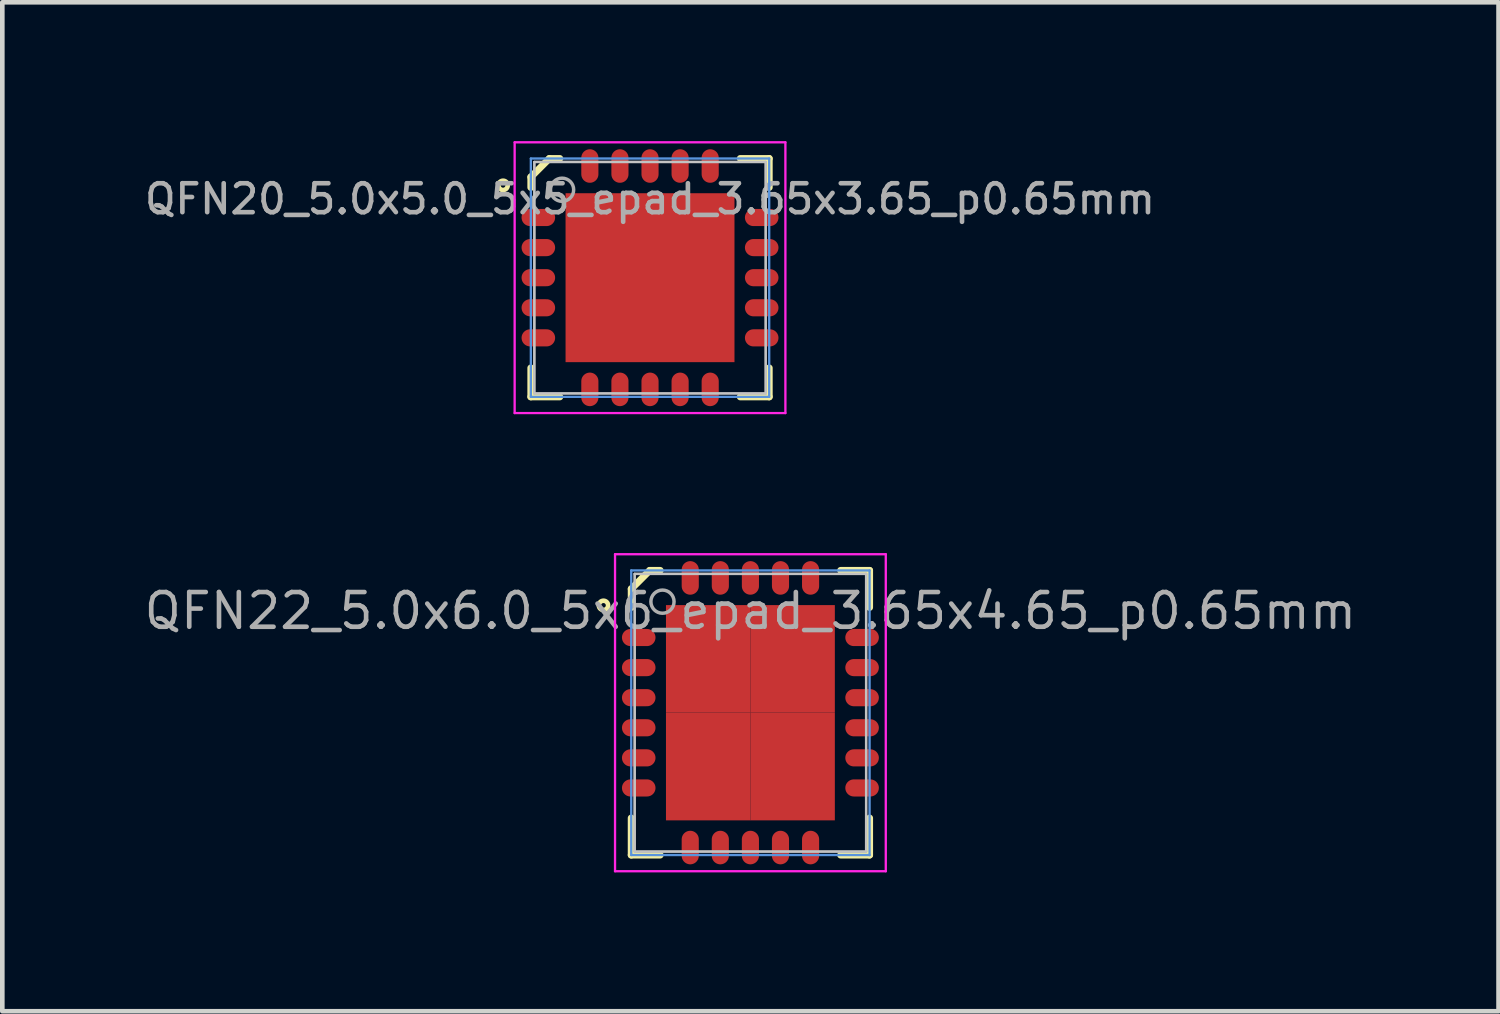
<source format=kicad_pcb>
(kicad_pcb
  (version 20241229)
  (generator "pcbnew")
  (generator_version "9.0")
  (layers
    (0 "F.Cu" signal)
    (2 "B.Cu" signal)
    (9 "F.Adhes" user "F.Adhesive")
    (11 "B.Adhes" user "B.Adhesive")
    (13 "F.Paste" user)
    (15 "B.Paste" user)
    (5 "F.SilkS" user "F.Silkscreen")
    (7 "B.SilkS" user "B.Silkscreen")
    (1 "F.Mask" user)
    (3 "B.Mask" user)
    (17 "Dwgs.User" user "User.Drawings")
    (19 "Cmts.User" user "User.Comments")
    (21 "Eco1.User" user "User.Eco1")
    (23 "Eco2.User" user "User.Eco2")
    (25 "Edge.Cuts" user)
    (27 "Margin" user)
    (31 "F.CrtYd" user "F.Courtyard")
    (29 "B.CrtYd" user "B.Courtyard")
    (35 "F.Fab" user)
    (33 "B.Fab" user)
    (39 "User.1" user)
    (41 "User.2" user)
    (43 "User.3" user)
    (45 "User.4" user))
  (footprint "QFN22_5.0x6.0_5x6_epad_3.65x4.65_p0.65mm"
    (layer "F.Cu")
    (at 13.164 12.35)
    (property "Reference" "QFN22_5.0x6.0_5x6_epad_3.65x4.65_p0.65mm" (at 0 -2.2 0) (layer "F.Fab") (effects (font (size 0.75 0.75) (thickness 0.1))))
    (attr through_hole)
    (fp_line (start -2.575 -2.675) (end -2.575 -2.275) (stroke (width 0.15) (type solid)) (layer "F.SilkS"))
    (fp_line (start -2.575 -2.675) (end -2.175 -3.075) (stroke (width 0.15) (type solid)) (layer "F.SilkS"))
    (fp_line (start -2.575 3.075) (end -2.575 2.275) (stroke (width 0.15) (type solid)) (layer "F.SilkS"))
    (fp_line (start -2.575 3.075) (end -1.95 3.075) (stroke (width 0.15) (type solid)) (layer "F.SilkS"))
    (fp_line (start -1.95 -3.075) (end -2.175 -3.075) (stroke (width 0.15) (type solid)) (layer "F.SilkS"))
    (fp_line (start 2.575 -3.075) (end 1.95 -3.075) (stroke (width 0.15) (type solid)) (layer "F.SilkS"))
    (fp_line (start 2.575 -3.075) (end 2.575 -2.275) (stroke (width 0.15) (type solid)) (layer "F.SilkS"))
    (fp_line (start 2.575 3.075) (end 1.95 3.075) (stroke (width 0.15) (type solid)) (layer "F.SilkS"))
    (fp_line (start 2.575 3.075) (end 2.575 2.275) (stroke (width 0.15) (type solid)) (layer "F.SilkS"))
    (fp_circle (center -3.175 -2.32) (end -3.104 -2.249) (stroke (width 0.1) (type solid)) (fill no) (layer "F.SilkS"))
    (fp_line (start -2.5 -3) (end -2.5 3) (stroke (width 0.05) (type solid)) (layer "Dwgs.User"))
    (fp_line (start -2.5 -3) (end 2.5 -3) (stroke (width 0.05) (type solid)) (layer "Dwgs.User"))
    (fp_line (start -2.5 3) (end 2.5 3) (stroke (width 0.05) (type solid)) (layer "Dwgs.User"))
    (fp_line (start 2.5 -3) (end 2.5 3) (stroke (width 0.05) (type solid)) (layer "Dwgs.User"))
    (fp_line (start -2.575 -3.075) (end -2.575 3.075) (stroke (width 0.05) (type solid)) (layer "Cmts.User"))
    (fp_line (start -2.575 -3.075) (end 2.575 -3.075) (stroke (width 0.05) (type solid)) (layer "Cmts.User"))
    (fp_line (start -2.575 3.075) (end 2.575 3.075) (stroke (width 0.05) (type solid)) (layer "Cmts.User"))
    (fp_line (start 2.575 -3.075) (end 2.575 3.075) (stroke (width 0.05) (type solid)) (layer "Cmts.User"))
    (fp_line (start -2.425 -2.925) (end -2.425 2.925) (stroke (width 0.05) (type solid)) (layer "Eco1.User"))
    (fp_line (start -2.425 -2.925) (end 2.425 -2.925) (stroke (width 0.05) (type solid)) (layer "Eco1.User"))
    (fp_line (start -2.425 2.925) (end 2.425 2.925) (stroke (width 0.05) (type solid)) (layer "Eco1.User"))
    (fp_line (start 2.425 -2.925) (end 2.425 2.925) (stroke (width 0.05) (type solid)) (layer "Eco1.User"))
    (fp_line (start -2.925 -3.425) (end -2.925 3.425) (stroke (width 0.05) (type solid)) (layer "F.CrtYd"))
    (fp_line (start -2.925 -3.425) (end 2.925 -3.425) (stroke (width 0.05) (type solid)) (layer "F.CrtYd"))
    (fp_line (start -2.925 3.425) (end 2.925 3.425) (stroke (width 0.05) (type solid)) (layer "F.CrtYd"))
    (fp_line (start 2.925 -3.425) (end 2.925 3.425) (stroke (width 0.05) (type solid)) (layer "F.CrtYd"))
    (fp_line (start -2.5 -3) (end -2.5 3) (stroke (width 0.05) (type solid)) (layer "F.Fab"))
    (fp_line (start -2.5 -3) (end 2.5 -3) (stroke (width 0.05) (type solid)) (layer "F.Fab"))
    (fp_line (start -2.5 3) (end 2.5 3) (stroke (width 0.05) (type solid)) (layer "F.Fab"))
    (fp_line (start 2.5 -3) (end 2.5 3) (stroke (width 0.05) (type solid)) (layer "F.Fab"))
    (fp_circle (center -1.9 -2.4) (end -1.723 -2.223) (stroke (width 0.075) (type solid)) (fill no) (layer "F.Fab"))
    (pad "1" smd oval (at -2.413 -1.625 180) (size 0.725 0.37) (layers "F.Cu" "F.Mask" "F.Paste"))
    (pad "2" smd oval (at -2.413 -0.975 180) (size 0.725 0.37) (layers "F.Cu" "F.Mask" "F.Paste"))
    (pad "3" smd oval (at -2.413 -0.325 180) (size 0.725 0.37) (layers "F.Cu" "F.Mask" "F.Paste"))
    (pad "4" smd oval (at -2.413 0.325 180) (size 0.725 0.37) (layers "F.Cu" "F.Mask" "F.Paste"))
    (pad "5" smd oval (at -2.413 0.975 180) (size 0.725 0.37) (layers "F.Cu" "F.Mask" "F.Paste"))
    (pad "6" smd oval (at -2.413 1.625 180) (size 0.725 0.37) (layers "F.Cu" "F.Mask" "F.Paste"))
    (pad "7" smd oval (at -1.3 2.913 270) (size 0.725 0.37) (layers "F.Cu" "F.Mask" "F.Paste"))
    (pad "8" smd oval (at -0.65 2.913 270) (size 0.725 0.37) (layers "F.Cu" "F.Mask" "F.Paste"))
    (pad "9" smd oval (at 0 2.913 270) (size 0.725 0.37) (layers "F.Cu" "F.Mask" "F.Paste"))
    (pad "10" smd oval (at 0.65 2.913 270) (size 0.725 0.37) (layers "F.Cu" "F.Mask" "F.Paste"))
    (pad "11" smd oval (at 1.3 2.913 270) (size 0.725 0.37) (layers "F.Cu" "F.Mask" "F.Paste"))
    (pad "12" smd oval (at 2.413 1.625) (size 0.725 0.37) (layers "F.Cu" "F.Mask" "F.Paste"))
    (pad "13" smd oval (at 2.413 0.975) (size 0.725 0.37) (layers "F.Cu" "F.Mask" "F.Paste"))
    (pad "14" smd oval (at 2.413 0.325) (size 0.725 0.37) (layers "F.Cu" "F.Mask" "F.Paste"))
    (pad "15" smd oval (at 2.413 -0.325) (size 0.725 0.37) (layers "F.Cu" "F.Mask" "F.Paste"))
    (pad "16" smd oval (at 2.413 -0.975) (size 0.725 0.37) (layers "F.Cu" "F.Mask" "F.Paste"))
    (pad "17" smd oval (at 2.413 -1.625) (size 0.725 0.37) (layers "F.Cu" "F.Mask" "F.Paste"))
    (pad "18" smd oval (at 1.3 -2.913 90) (size 0.725 0.37) (layers "F.Cu" "F.Mask" "F.Paste"))
    (pad "19" smd oval (at 0.65 -2.913 90) (size 0.725 0.37) (layers "F.Cu" "F.Mask" "F.Paste"))
    (pad "20" smd oval (at 0 -2.913 90) (size 0.725 0.37) (layers "F.Cu" "F.Mask" "F.Paste"))
    (pad "21" smd oval (at -0.65 -2.913 90) (size 0.725 0.37) (layers "F.Cu" "F.Mask" "F.Paste"))
    (pad "22" smd oval (at -1.3 -2.913 90) (size 0.725 0.37) (layers "F.Cu" "F.Mask" "F.Paste"))
    (pad "23" smd rect (at -0.912 -1.163) (size 1.825 2.325) (layers "F.Cu" "F.Mask" "F.Paste"))
    (pad "23" smd rect (at -0.912 1.163) (size 1.825 2.325) (layers "F.Cu" "F.Mask" "F.Paste"))
    (pad "23" smd rect (at 0.912 -1.163) (size 1.825 2.325) (layers "F.Cu" "F.Mask" "F.Paste"))
    (pad "23" smd rect (at 0.912 1.163) (size 1.825 2.325) (layers "F.Cu" "F.Mask" "F.Paste")))
  (footprint "QFN20_5.0x5.0_5x5_epad_3.65x3.65_p0.65mm"
    (layer "F.Cu")
    (at 10.995 2.95)
    (property "Reference" "QFN20_5.0x5.0_5x5_epad_3.65x3.65_p0.65mm" (at 0 -1.7 0) (layer "F.Fab") (effects (font (size 0.625 0.625) (thickness 0.1))))
    (attr through_hole)
    (fp_line (start -2.575 -2.175) (end -2.575 -1.95) (stroke (width 0.15) (type solid)) (layer "F.SilkS"))
    (fp_line (start -2.575 -2.175) (end -2.175 -2.575) (stroke (width 0.15) (type solid)) (layer "F.SilkS"))
    (fp_line (start -2.575 2.575) (end -2.575 1.95) (stroke (width 0.15) (type solid)) (layer "F.SilkS"))
    (fp_line (start -2.575 2.575) (end -1.95 2.575) (stroke (width 0.15) (type solid)) (layer "F.SilkS"))
    (fp_line (start -1.95 -2.575) (end -2.175 -2.575) (stroke (width 0.15) (type solid)) (layer "F.SilkS"))
    (fp_line (start 2.575 -2.575) (end 1.95 -2.575) (stroke (width 0.15) (type solid)) (layer "F.SilkS"))
    (fp_line (start 2.575 -2.575) (end 2.575 -1.95) (stroke (width 0.15) (type solid)) (layer "F.SilkS"))
    (fp_line (start 2.575 2.575) (end 1.95 2.575) (stroke (width 0.15) (type solid)) (layer "F.SilkS"))
    (fp_line (start 2.575 2.575) (end 2.575 1.95) (stroke (width 0.15) (type solid)) (layer "F.SilkS"))
    (fp_circle (center -3.175 -1.995) (end -3.104 -1.924) (stroke (width 0.1) (type solid)) (fill no) (layer "F.SilkS"))
    (fp_line (start -2.5 -2.5) (end -2.5 2.5) (stroke (width 0.05) (type solid)) (layer "Dwgs.User"))
    (fp_line (start -2.5 -2.5) (end 2.5 -2.5) (stroke (width 0.05) (type solid)) (layer "Dwgs.User"))
    (fp_line (start -2.5 2.5) (end 2.5 2.5) (stroke (width 0.05) (type solid)) (layer "Dwgs.User"))
    (fp_line (start 2.5 -2.5) (end 2.5 2.5) (stroke (width 0.05) (type solid)) (layer "Dwgs.User"))
    (fp_line (start -2.575 -2.575) (end -2.575 2.575) (stroke (width 0.05) (type solid)) (layer "Cmts.User"))
    (fp_line (start -2.575 -2.575) (end 2.575 -2.575) (stroke (width 0.05) (type solid)) (layer "Cmts.User"))
    (fp_line (start -2.575 2.575) (end 2.575 2.575) (stroke (width 0.05) (type solid)) (layer "Cmts.User"))
    (fp_line (start 2.575 -2.575) (end 2.575 2.575) (stroke (width 0.05) (type solid)) (layer "Cmts.User"))
    (fp_line (start -2.425 -2.425) (end -2.425 2.425) (stroke (width 0.05) (type solid)) (layer "Eco1.User"))
    (fp_line (start -2.425 -2.425) (end 2.425 -2.425) (stroke (width 0.05) (type solid)) (layer "Eco1.User"))
    (fp_line (start -2.425 2.425) (end 2.425 2.425) (stroke (width 0.05) (type solid)) (layer "Eco1.User"))
    (fp_line (start 2.425 -2.425) (end 2.425 2.425) (stroke (width 0.05) (type solid)) (layer "Eco1.User"))
    (fp_line (start -2.925 -2.925) (end -2.925 2.925) (stroke (width 0.05) (type solid)) (layer "F.CrtYd"))
    (fp_line (start -2.925 -2.925) (end 2.925 -2.925) (stroke (width 0.05) (type solid)) (layer "F.CrtYd"))
    (fp_line (start -2.925 2.925) (end 2.925 2.925) (stroke (width 0.05) (type solid)) (layer "F.CrtYd"))
    (fp_line (start 2.925 -2.925) (end 2.925 2.925) (stroke (width 0.05) (type solid)) (layer "F.CrtYd"))
    (fp_line (start -2.5 -2.5) (end -2.5 2.5) (stroke (width 0.05) (type solid)) (layer "F.Fab"))
    (fp_line (start -2.5 -2.5) (end 2.5 -2.5) (stroke (width 0.05) (type solid)) (layer "F.Fab"))
    (fp_line (start -2.5 2.5) (end 2.5 2.5) (stroke (width 0.05) (type solid)) (layer "F.Fab"))
    (fp_line (start 2.5 -2.5) (end 2.5 2.5) (stroke (width 0.05) (type solid)) (layer "F.Fab"))
    (fp_circle (center -1.9 -1.9) (end -1.723 -1.723) (stroke (width 0.075) (type solid)) (fill no) (layer "F.Fab"))
    (pad "1" smd oval (at -2.413 -1.3 180) (size 0.725 0.37) (layers "F.Cu" "F.Mask" "F.Paste"))
    (pad "2" smd oval (at -2.413 -0.65 180) (size 0.725 0.37) (layers "F.Cu" "F.Mask" "F.Paste"))
    (pad "3" smd oval (at -2.413 0 180) (size 0.725 0.37) (layers "F.Cu" "F.Mask" "F.Paste"))
    (pad "4" smd oval (at -2.413 0.65 180) (size 0.725 0.37) (layers "F.Cu" "F.Mask" "F.Paste"))
    (pad "5" smd oval (at -2.413 1.3 180) (size 0.725 0.37) (layers "F.Cu" "F.Mask" "F.Paste"))
    (pad "6" smd oval (at -1.3 2.413 270) (size 0.725 0.37) (layers "F.Cu" "F.Mask" "F.Paste"))
    (pad "7" smd oval (at -0.65 2.413 270) (size 0.725 0.37) (layers "F.Cu" "F.Mask" "F.Paste"))
    (pad "8" smd oval (at 0 2.413 270) (size 0.725 0.37) (layers "F.Cu" "F.Mask" "F.Paste"))
    (pad "9" smd oval (at 0.65 2.413 270) (size 0.725 0.37) (layers "F.Cu" "F.Mask" "F.Paste"))
    (pad "10" smd oval (at 1.3 2.413 270) (size 0.725 0.37) (layers "F.Cu" "F.Mask" "F.Paste"))
    (pad "11" smd oval (at 2.413 1.3) (size 0.725 0.37) (layers "F.Cu" "F.Mask" "F.Paste"))
    (pad "12" smd oval (at 2.413 0.65) (size 0.725 0.37) (layers "F.Cu" "F.Mask" "F.Paste"))
    (pad "13" smd oval (at 2.413 0) (size 0.725 0.37) (layers "F.Cu" "F.Mask" "F.Paste"))
    (pad "14" smd oval (at 2.413 -0.65) (size 0.725 0.37) (layers "F.Cu" "F.Mask" "F.Paste"))
    (pad "15" smd oval (at 2.413 -1.3) (size 0.725 0.37) (layers "F.Cu" "F.Mask" "F.Paste"))
    (pad "16" smd oval (at 1.3 -2.413 90) (size 0.725 0.37) (layers "F.Cu" "F.Mask" "F.Paste"))
    (pad "17" smd oval (at 0.65 -2.413 90) (size 0.725 0.37) (layers "F.Cu" "F.Mask" "F.Paste"))
    (pad "18" smd oval (at 0 -2.413 90) (size 0.725 0.37) (layers "F.Cu" "F.Mask" "F.Paste"))
    (pad "19" smd oval (at -0.65 -2.413 90) (size 0.725 0.37) (layers "F.Cu" "F.Mask" "F.Paste"))
    (pad "20" smd oval (at -1.3 -2.413 90) (size 0.725 0.37) (layers "F.Cu" "F.Mask" "F.Paste"))
    (pad "21" smd rect (at 0 0) (size 3.65 3.65) (layers "F.Cu" "F.Mask" "F.Paste")))
  (gr_rect
    (start -3 -3)
    (end 29.329 18.8)
    (stroke (width 0.1) (type default))
    (fill no)
    (layer "Edge.Cuts")))
</source>
